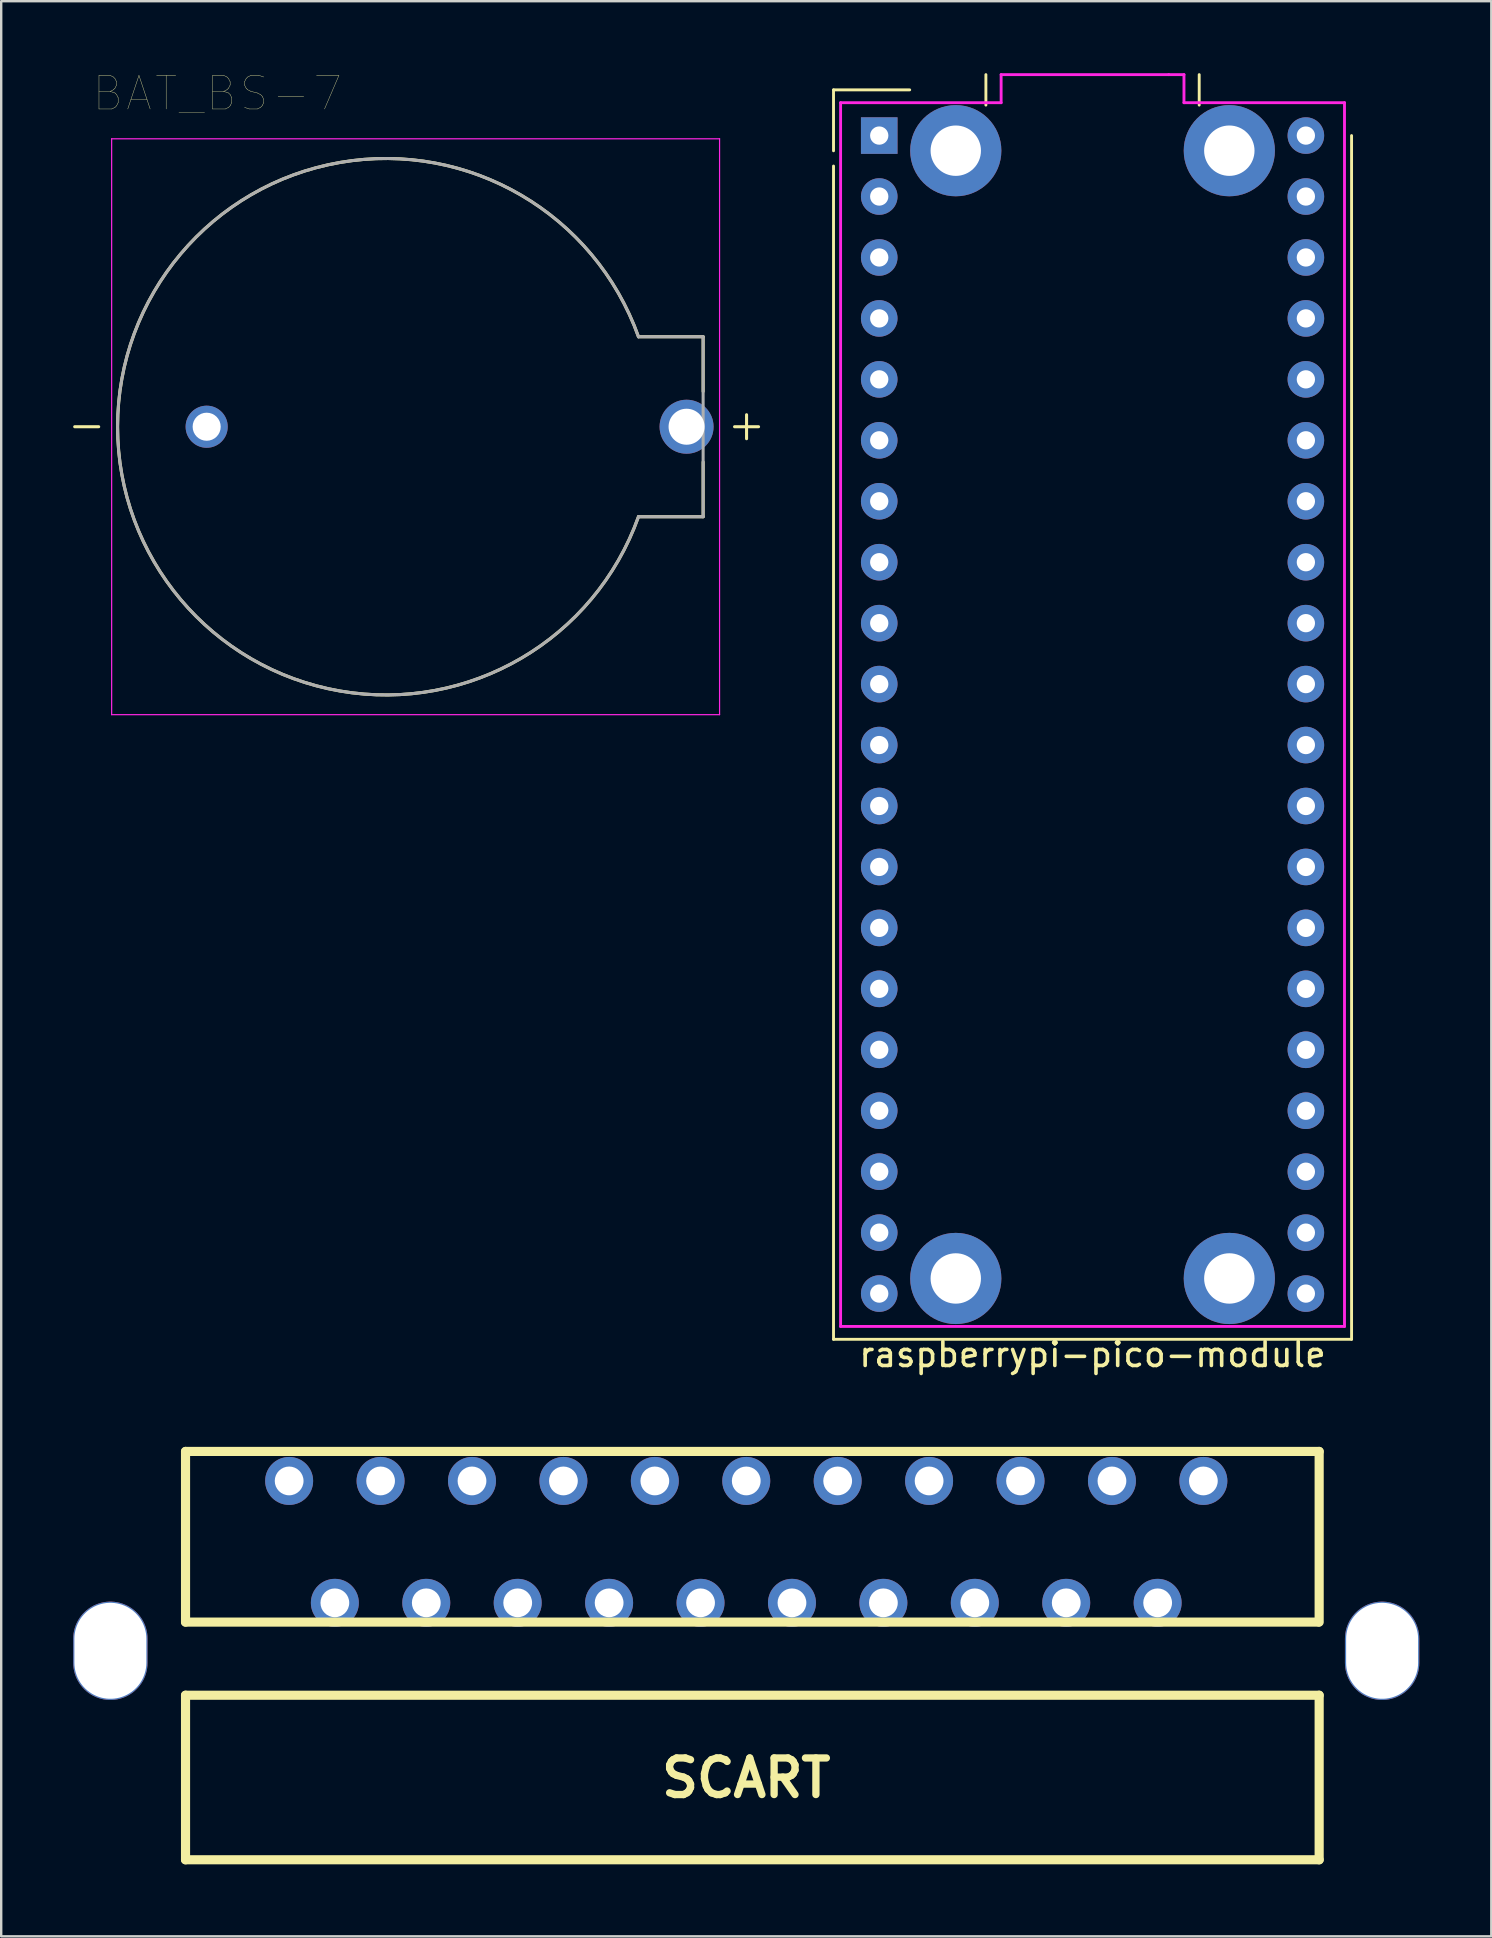
<source format=kicad_pcb>
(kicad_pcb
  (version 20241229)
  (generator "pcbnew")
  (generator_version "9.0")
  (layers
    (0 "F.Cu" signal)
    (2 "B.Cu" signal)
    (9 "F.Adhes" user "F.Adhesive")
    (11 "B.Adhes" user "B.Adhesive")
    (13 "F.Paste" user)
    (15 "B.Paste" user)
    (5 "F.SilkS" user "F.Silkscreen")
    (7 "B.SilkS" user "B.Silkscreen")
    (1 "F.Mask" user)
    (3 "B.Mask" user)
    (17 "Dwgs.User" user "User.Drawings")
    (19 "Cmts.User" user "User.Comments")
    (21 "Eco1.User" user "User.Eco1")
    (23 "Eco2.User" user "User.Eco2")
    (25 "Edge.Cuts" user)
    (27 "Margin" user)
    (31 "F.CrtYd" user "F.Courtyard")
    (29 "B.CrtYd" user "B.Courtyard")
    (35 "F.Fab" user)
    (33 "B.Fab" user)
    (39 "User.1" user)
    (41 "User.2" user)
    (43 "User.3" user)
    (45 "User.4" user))
  (footprint "SCART"
    (layer "F.Cu")
    (at 28.05 65.948)
    (property "Reference" "SCART" (at 0 5.1 0) (layer "F.SilkS") (effects (font (size 1.524 1.524) (thickness 0.305))))
    (attr through_hole)
    (fp_line (start -23.368 -8.509) (end 23.876 -8.509) (stroke (width 0.381) (type solid)) (layer "F.SilkS"))
    (fp_line (start -23.368 -1.397) (end -23.368 -8.509) (stroke (width 0.381) (type solid)) (layer "F.SilkS"))
    (fp_line (start -23.368 -1.397) (end 23.851 -1.397) (stroke (width 0.381) (type solid)) (layer "F.SilkS"))
    (fp_line (start -23.368 8.509) (end -23.368 1.651) (stroke (width 0.381) (type solid)) (layer "F.SilkS"))
    (fp_line (start -23.368 8.509) (end 23.876 8.509) (stroke (width 0.381) (type solid)) (layer "F.SilkS"))
    (fp_line (start 23.876 -8.509) (end 23.876 -1.397) (stroke (width 0.381) (type solid)) (layer "F.SilkS"))
    (fp_line (start 23.876 1.651) (end -23.368 1.651) (stroke (width 0.381) (type solid)) (layer "F.SilkS"))
    (fp_line (start 23.876 8.509) (end 23.876 1.651) (stroke (width 0.381) (type solid)) (layer "F.SilkS"))
    (pad "" np_thru_hole oval (at -26.5 -0.201) (size 3.1 4.1) (drill oval 3 4) (layers "*.Cu" "*.Mask"))
    (pad "" np_thru_hole oval (at 26.5 -0.201) (size 3.1 4.1) (drill oval 3 4) (layers "*.Cu" "*.Mask"))
    (pad "1" thru_hole circle (at 19.05 -7.28) (size 1.999 1.999) (drill 1.199) (layers "*.Cu" "*.Mask"))
    (pad "2" thru_hole circle (at 17.145 -2.2) (size 1.999 1.999) (drill 1.199) (layers "*.Cu" "*.Mask"))
    (pad "3" thru_hole circle (at 15.24 -7.28) (size 1.999 1.999) (drill 1.199) (layers "*.Cu" "*.Mask"))
    (pad "4" thru_hole circle (at 13.335 -2.2) (size 1.999 1.999) (drill 1.199) (layers "*.Cu" "*.Mask"))
    (pad "5" thru_hole circle (at 11.43 -7.28) (size 1.999 1.999) (drill 1.199) (layers "*.Cu" "*.Mask"))
    (pad "6" thru_hole circle (at 9.525 -2.2) (size 1.999 1.999) (drill 1.199) (layers "*.Cu" "*.Mask"))
    (pad "7" thru_hole circle (at 7.62 -7.28) (size 1.999 1.999) (drill 1.199) (layers "*.Cu" "*.Mask"))
    (pad "8" thru_hole circle (at 5.715 -2.2) (size 1.999 1.999) (drill 1.199) (layers "*.Cu" "*.Mask"))
    (pad "9" thru_hole circle (at 3.81 -7.28) (size 1.999 1.999) (drill 1.199) (layers "*.Cu" "*.Mask"))
    (pad "10" thru_hole circle (at 1.905 -2.2) (size 1.999 1.999) (drill 1.199) (layers "*.Cu" "*.Mask"))
    (pad "11" thru_hole circle (at 0 -7.28) (size 1.999 1.999) (drill 1.199) (layers "*.Cu" "*.Mask"))
    (pad "12" thru_hole circle (at -1.905 -2.2) (size 1.999 1.999) (drill 1.199) (layers "*.Cu" "*.Mask"))
    (pad "13" thru_hole circle (at -3.81 -7.28) (size 1.999 1.999) (drill 1.199) (layers "*.Cu" "*.Mask"))
    (pad "14" thru_hole circle (at -5.715 -2.2) (size 1.999 1.999) (drill 1.199) (layers "*.Cu" "*.Mask"))
    (pad "15" thru_hole circle (at -7.62 -7.28) (size 1.999 1.999) (drill 1.199) (layers "*.Cu" "*.Mask"))
    (pad "16" thru_hole circle (at -9.525 -2.2) (size 1.999 1.999) (drill 1.199) (layers "*.Cu" "*.Mask"))
    (pad "17" thru_hole circle (at -11.43 -7.28) (size 1.999 1.999) (drill 1.199) (layers "*.Cu" "*.Mask"))
    (pad "18" thru_hole circle (at -13.335 -2.2) (size 1.999 1.999) (drill 1.199) (layers "*.Cu" "*.Mask"))
    (pad "19" thru_hole circle (at -15.24 -7.28) (size 1.999 1.999) (drill 1.199) (layers "*.Cu" "*.Mask"))
    (pad "20" thru_hole circle (at -17.145 -2.2) (size 1.999 1.999) (drill 1.199) (layers "*.Cu" "*.Mask"))
    (pad "21" thru_hole circle (at -19.05 -7.28) (size 1.999 1.999) (drill 1.199) (layers "*.Cu" "*.Mask")))
  (footprint "BAT_BS-7"
    (layer "F.Cu")
    (at 15.563 14.734)
    (property "Reference" "BAT_BS-7" (at -9.555 -13.889 0) (layer "F.SilkS") (effects (font (size 1.4 1.4) (thickness 0.015))))
    (attr through_hole)
    (fp_line (start -15.5 0) (end -14.5 0) (stroke (width 0.127) (type solid)) (layer "F.SilkS"))
    (fp_line (start 10.69 -3.75) (end 7.995 -3.75) (stroke (width 0.127) (type solid)) (layer "F.SilkS"))
    (fp_line (start 10.69 -3.75) (end 10.69 -1.47) (stroke (width 0.127) (type solid)) (layer "F.SilkS"))
    (fp_line (start 10.69 3.75) (end 7.995 3.75) (stroke (width 0.127) (type solid)) (layer "F.SilkS"))
    (fp_line (start 10.69 3.75) (end 10.69 1.47) (stroke (width 0.127) (type solid)) (layer "F.SilkS"))
    (fp_line (start 12 0) (end 13 0) (stroke (width 0.127) (type solid)) (layer "F.SilkS"))
    (fp_line (start 12.5 -0.5) (end 12.5 0.5) (stroke (width 0.127) (type solid)) (layer "F.SilkS"))
    (fp_arc (start 7.995 3.75) (mid -13.712925 0) (end 7.995 -3.75) (stroke (width 0.127) (type solid)) (layer "F.SilkS"))
    (fp_line (start -13.96 -12) (end 11.375 -12) (stroke (width 0.05) (type solid)) (layer "F.CrtYd"))
    (fp_line (start -13.96 12) (end -13.96 -12) (stroke (width 0.05) (type solid)) (layer "F.CrtYd"))
    (fp_line (start 11.375 -12) (end 11.375 12) (stroke (width 0.05) (type solid)) (layer "F.CrtYd"))
    (fp_line (start 11.375 12) (end -13.96 12) (stroke (width 0.05) (type solid)) (layer "F.CrtYd"))
    (fp_line (start 10.69 -3.75) (end 7.995 -3.75) (stroke (width 0.127) (type solid)) (layer "F.Fab"))
    (fp_line (start 10.69 -3.75) (end 10.69 3.75) (stroke (width 0.127) (type solid)) (layer "F.Fab"))
    (fp_line (start 10.69 3.75) (end 7.995 3.75) (stroke (width 0.127) (type solid)) (layer "F.Fab"))
    (fp_arc (start 7.995 3.75) (mid -13.712925 0) (end 7.995 -3.75) (stroke (width 0.127) (type solid)) (layer "F.Fab"))
    (pad "+" thru_hole circle (at 10 0) (size 2.25 2.25) (drill 1.5) (layers "*.Cu" "*.Mask"))
    (pad "-" thru_hole circle (at -10 0) (size 1.755 1.755) (drill 1.17) (layers "*.Cu" "*.Mask")))
  (footprint "raspberrypi-pico-module"
    (layer "F.Cu")
    (at 42.482 26.73)
    (property "Reference" "raspberrypi-pico-module" (at 0 26.67 0) (layer "F.SilkS") (effects (font (size 1 1) (thickness 0.15))))
    (attr through_hole)
    (fp_line (start -10.795 -26.035) (end -10.795 -23.495) (stroke (width 0.12) (type solid)) (layer "F.SilkS"))
    (fp_line (start -10.795 26.035) (end -10.795 -22.86) (stroke (width 0.12) (type solid)) (layer "F.SilkS"))
    (fp_line (start -10.795 26.035) (end 10.795 26.035) (stroke (width 0.12) (type solid)) (layer "F.SilkS"))
    (fp_line (start -7.62 -26.035) (end -10.795 -26.035) (stroke (width 0.12) (type solid)) (layer "F.SilkS"))
    (fp_line (start -4.445 -25.4) (end -4.445 -26.67) (stroke (width 0.12) (type solid)) (layer "F.SilkS"))
    (fp_line (start 4.445 -25.4) (end 4.445 -26.67) (stroke (width 0.12) (type solid)) (layer "F.SilkS"))
    (fp_line (start 10.795 26.035) (end 10.795 -24.13) (stroke (width 0.12) (type solid)) (layer "F.SilkS"))
    (fp_line (start -10.5 -25.5) (end -10.5 25.5) (stroke (width 0.12) (type solid)) (layer "F.CrtYd"))
    (fp_line (start -10.5 -25.5) (end -3.81 -25.5) (stroke (width 0.12) (type solid)) (layer "F.CrtYd"))
    (fp_line (start -10.5 25.5) (end 10.5 25.5) (stroke (width 0.12) (type solid)) (layer "F.CrtYd"))
    (fp_line (start -3.81 -26.67) (end 3.175 -26.67) (stroke (width 0.12) (type solid)) (layer "F.CrtYd"))
    (fp_line (start -3.81 -25.5) (end -3.81 -26.67) (stroke (width 0.12) (type solid)) (layer "F.CrtYd"))
    (fp_line (start 3.175 -26.67) (end 3.81 -26.67) (stroke (width 0.12) (type solid)) (layer "F.CrtYd"))
    (fp_line (start 3.81 -26.67) (end 3.81 -25.5) (stroke (width 0.12) (type solid)) (layer "F.CrtYd"))
    (fp_line (start 10.5 -25.5) (end 3.81 -25.5) (stroke (width 0.12) (type solid)) (layer "F.CrtYd"))
    (fp_line (start 10.5 -25.5) (end 10.5 25.5) (stroke (width 0.12) (type solid)) (layer "F.CrtYd"))
    (pad "" thru_hole circle (at -5.7 -23.5) (size 3.8 3.8) (drill 2.1) (layers "*.Cu" "*.Mask"))
    (pad "" thru_hole circle (at -5.7 23.5) (size 3.8 3.8) (drill 2.1) (layers "*.Cu" "*.Mask"))
    (pad "" thru_hole circle (at 5.7 -23.5) (size 3.8 3.8) (drill 2.1) (layers "*.Cu" "*.Mask"))
    (pad "" thru_hole circle (at 5.7 23.5) (size 3.8 3.8) (drill 2.1) (layers "*.Cu" "*.Mask"))
    (pad "1" thru_hole rect (at -8.89 -24.13) (size 1.524 1.524) (drill 0.762) (layers "*.Cu" "*.Mask"))
    (pad "2" thru_hole circle (at -8.89 -21.59) (size 1.524 1.524) (drill 0.762) (layers "*.Cu" "*.Mask"))
    (pad "3" thru_hole circle (at -8.89 -19.05) (size 1.524 1.524) (drill 0.762) (layers "*.Cu" "*.Mask"))
    (pad "4" thru_hole circle (at -8.89 -16.51) (size 1.524 1.524) (drill 0.762) (layers "*.Cu" "*.Mask"))
    (pad "5" thru_hole circle (at -8.89 -13.97) (size 1.524 1.524) (drill 0.762) (layers "*.Cu" "*.Mask"))
    (pad "6" thru_hole circle (at -8.89 -11.43) (size 1.524 1.524) (drill 0.762) (layers "*.Cu" "*.Mask"))
    (pad "7" thru_hole circle (at -8.89 -8.89) (size 1.524 1.524) (drill 0.762) (layers "*.Cu" "*.Mask"))
    (pad "8" thru_hole circle (at -8.89 -6.35) (size 1.524 1.524) (drill 0.762) (layers "*.Cu" "*.Mask"))
    (pad "9" thru_hole circle (at -8.89 -3.81) (size 1.524 1.524) (drill 0.762) (layers "*.Cu" "*.Mask"))
    (pad "10" thru_hole circle (at -8.89 -1.27) (size 1.524 1.524) (drill 0.762) (layers "*.Cu" "*.Mask"))
    (pad "11" thru_hole circle (at -8.89 1.27) (size 1.524 1.524) (drill 0.762) (layers "*.Cu" "*.Mask"))
    (pad "12" thru_hole circle (at -8.89 3.81) (size 1.524 1.524) (drill 0.762) (layers "*.Cu" "*.Mask"))
    (pad "13" thru_hole circle (at -8.89 6.35) (size 1.524 1.524) (drill 0.762) (layers "*.Cu" "*.Mask"))
    (pad "14" thru_hole circle (at -8.89 8.89) (size 1.524 1.524) (drill 0.762) (layers "*.Cu" "*.Mask"))
    (pad "15" thru_hole circle (at -8.89 11.43) (size 1.524 1.524) (drill 0.762) (layers "*.Cu" "*.Mask"))
    (pad "16" thru_hole circle (at -8.89 13.97) (size 1.524 1.524) (drill 0.762) (layers "*.Cu" "*.Mask"))
    (pad "17" thru_hole circle (at -8.89 16.51) (size 1.524 1.524) (drill 0.762) (layers "*.Cu" "*.Mask"))
    (pad "18" thru_hole circle (at -8.89 19.05) (size 1.524 1.524) (drill 0.762) (layers "*.Cu" "*.Mask"))
    (pad "19" thru_hole circle (at -8.89 21.59) (size 1.524 1.524) (drill 0.762) (layers "*.Cu" "*.Mask"))
    (pad "20" thru_hole circle (at -8.89 24.13) (size 1.524 1.524) (drill 0.762) (layers "*.Cu" "*.Mask"))
    (pad "21" thru_hole circle (at 8.89 24.13) (size 1.524 1.524) (drill 0.762) (layers "*.Cu" "*.Mask"))
    (pad "22" thru_hole circle (at 8.89 21.59) (size 1.524 1.524) (drill 0.762) (layers "*.Cu" "*.Mask"))
    (pad "23" thru_hole circle (at 8.89 19.05) (size 1.524 1.524) (drill 0.762) (layers "*.Cu" "*.Mask"))
    (pad "24" thru_hole circle (at 8.89 16.51) (size 1.524 1.524) (drill 0.762) (layers "*.Cu" "*.Mask"))
    (pad "25" thru_hole circle (at 8.89 13.97) (size 1.524 1.524) (drill 0.762) (layers "*.Cu" "*.Mask"))
    (pad "26" thru_hole circle (at 8.89 11.43) (size 1.524 1.524) (drill 0.762) (layers "*.Cu" "*.Mask"))
    (pad "27" thru_hole circle (at 8.89 8.89) (size 1.524 1.524) (drill 0.762) (layers "*.Cu" "*.Mask"))
    (pad "28" thru_hole circle (at 8.89 6.35) (size 1.524 1.524) (drill 0.762) (layers "*.Cu" "*.Mask"))
    (pad "29" thru_hole circle (at 8.89 3.81) (size 1.524 1.524) (drill 0.762) (layers "*.Cu" "*.Mask"))
    (pad "30" thru_hole circle (at 8.89 1.27) (size 1.524 1.524) (drill 0.762) (layers "*.Cu" "*.Mask"))
    (pad "31" thru_hole circle (at 8.89 -1.27) (size 1.524 1.524) (drill 0.762) (layers "*.Cu" "*.Mask"))
    (pad "32" thru_hole circle (at 8.89 -3.81) (size 1.524 1.524) (drill 0.762) (layers "*.Cu" "*.Mask"))
    (pad "33" thru_hole circle (at 8.89 -6.35) (size 1.524 1.524) (drill 0.762) (layers "*.Cu" "*.Mask"))
    (pad "34" thru_hole circle (at 8.89 -8.89) (size 1.524 1.524) (drill 0.762) (layers "*.Cu" "*.Mask"))
    (pad "35" thru_hole circle (at 8.89 -11.43) (size 1.524 1.524) (drill 0.762) (layers "*.Cu" "*.Mask"))
    (pad "36" thru_hole circle (at 8.89 -13.97) (size 1.524 1.524) (drill 0.762) (layers "*.Cu" "*.Mask"))
    (pad "37" thru_hole circle (at 8.89 -16.51) (size 1.524 1.524) (drill 0.762) (layers "*.Cu" "*.Mask"))
    (pad "38" thru_hole circle (at 8.89 -19.05) (size 1.524 1.524) (drill 0.762) (layers "*.Cu" "*.Mask"))
    (pad "39" thru_hole circle (at 8.89 -21.59) (size 1.524 1.524) (drill 0.762) (layers "*.Cu" "*.Mask"))
    (pad "40" thru_hole circle (at 8.89 -24.13) (size 1.524 1.524) (drill 0.762) (layers "*.Cu" "*.Mask")))
  (gr_rect
    (start -3 -3)
    (end 59.1 77.647)
    (stroke (width 0.1) (type default))
    (fill no)
    (layer "Edge.Cuts")))
</source>
